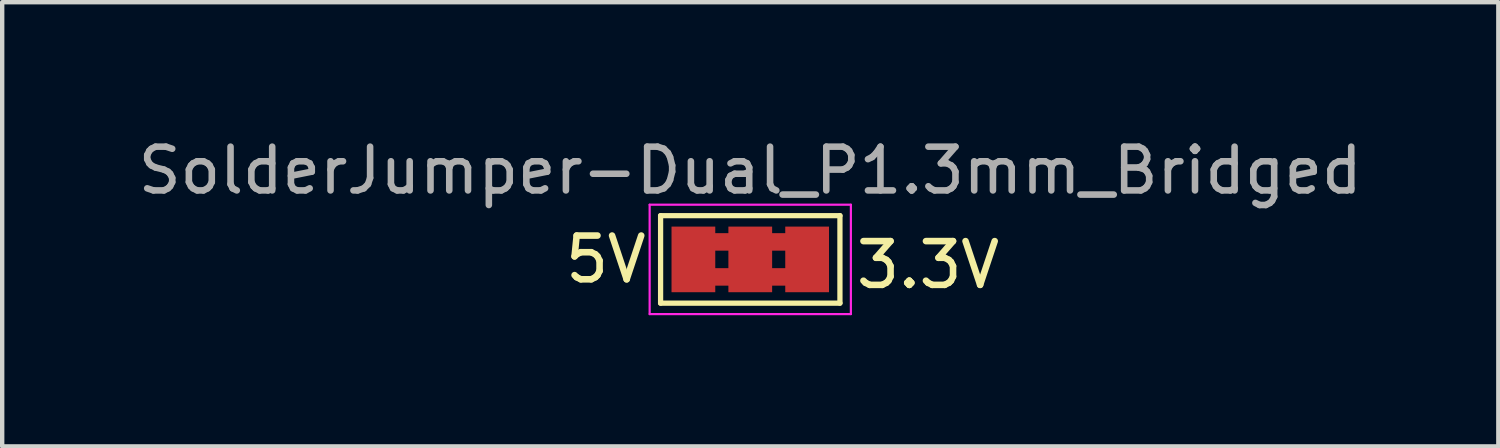
<source format=kicad_pcb>
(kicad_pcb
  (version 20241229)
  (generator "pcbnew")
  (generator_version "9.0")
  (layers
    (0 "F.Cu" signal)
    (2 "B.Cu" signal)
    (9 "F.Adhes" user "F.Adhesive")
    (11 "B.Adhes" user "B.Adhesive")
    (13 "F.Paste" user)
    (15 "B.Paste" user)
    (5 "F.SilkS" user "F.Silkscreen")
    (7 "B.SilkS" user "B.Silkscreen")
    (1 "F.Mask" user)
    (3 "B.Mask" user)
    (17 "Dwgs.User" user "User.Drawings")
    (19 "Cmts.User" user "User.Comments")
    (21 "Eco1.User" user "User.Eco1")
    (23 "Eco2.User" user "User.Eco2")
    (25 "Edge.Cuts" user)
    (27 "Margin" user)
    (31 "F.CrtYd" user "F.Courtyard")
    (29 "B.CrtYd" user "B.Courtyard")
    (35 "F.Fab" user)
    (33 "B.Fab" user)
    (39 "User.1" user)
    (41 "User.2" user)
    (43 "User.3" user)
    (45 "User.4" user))
  (footprint "SolderJumper-Dual_P1.3mm_Bridged"
    (layer "F.Cu")
    (at 14.101 2.88)
    (property "Reference" "SolderJumper-Dual_P1.3mm_Bridged" (at 0 -2.032 0) (layer "F.Fab") (effects (font (size 1 1) (thickness 0.15))))
    (attr exclude_from_pos_files exclude_from_bom)
    (fp_poly (pts (xy -0.9 -0.6) (xy -0.4 -0.6) (xy -0.4 -0.2) (xy -0.9 -0.2)) (stroke (width 0) (type solid)) (fill yes) (layer "F.Cu"))
    (fp_poly (pts (xy -0.9 0.2) (xy -0.4 0.2) (xy -0.4 0.6) (xy -0.9 0.6)) (stroke (width 0) (type solid)) (fill yes) (layer "F.Cu"))
    (fp_poly (pts (xy 0.421 -0.6) (xy 0.921 -0.6) (xy 0.921 -0.2) (xy 0.421 -0.2)) (stroke (width 0) (type solid)) (fill yes) (layer "F.Cu"))
    (fp_poly (pts (xy 0.421 0.2) (xy 0.921 0.2) (xy 0.921 0.6) (xy 0.421 0.6)) (stroke (width 0) (type solid)) (fill yes) (layer "F.Cu"))
    (fp_line (start -2.05 -1) (end 2.05 -1) (stroke (width 0.12) (type solid)) (layer "F.SilkS"))
    (fp_line (start -2.05 1) (end -2.05 -1) (stroke (width 0.12) (type solid)) (layer "F.SilkS"))
    (fp_line (start 2.05 -1) (end 2.05 1) (stroke (width 0.12) (type solid)) (layer "F.SilkS"))
    (fp_line (start 2.05 1) (end -2.05 1) (stroke (width 0.12) (type solid)) (layer "F.SilkS"))
    (fp_line (start -2.3 -1.25) (end -2.3 1.25) (stroke (width 0.05) (type solid)) (layer "F.CrtYd"))
    (fp_line (start -2.3 -1.25) (end 2.3 -1.25) (stroke (width 0.05) (type solid)) (layer "F.CrtYd"))
    (fp_line (start 2.3 1.25) (end -2.3 1.25) (stroke (width 0.05) (type solid)) (layer "F.CrtYd"))
    (fp_line (start 2.3 1.25) (end 2.3 -1.25) (stroke (width 0.05) (type solid)) (layer "F.CrtYd"))
    (fp_text user "5V" (at -3.302 0 0) (layer "F.SilkS") (effects (font (size 1 1) (thickness 0.15))))
    (fp_text user "3.3V" (at 4.064 0.127 0) (layer "F.SilkS") (effects (font (size 1 1) (thickness 0.15))))
    (pad "1" smd rect (at -1.3 0) (size 1 1.5) (layers "F.Cu" "F.Mask"))
    (pad "2" smd rect (at 0 0) (size 1 1.5) (layers "F.Cu" "F.Mask"))
    (pad "3" smd rect (at 1.3 0) (size 1 1.5) (layers "F.Cu" "F.Mask")))
  (gr_rect
    (start -3 -3)
    (end 31.202 7.155)
    (stroke (width 0.1) (type default))
    (fill no)
    (layer "Edge.Cuts")))
</source>
